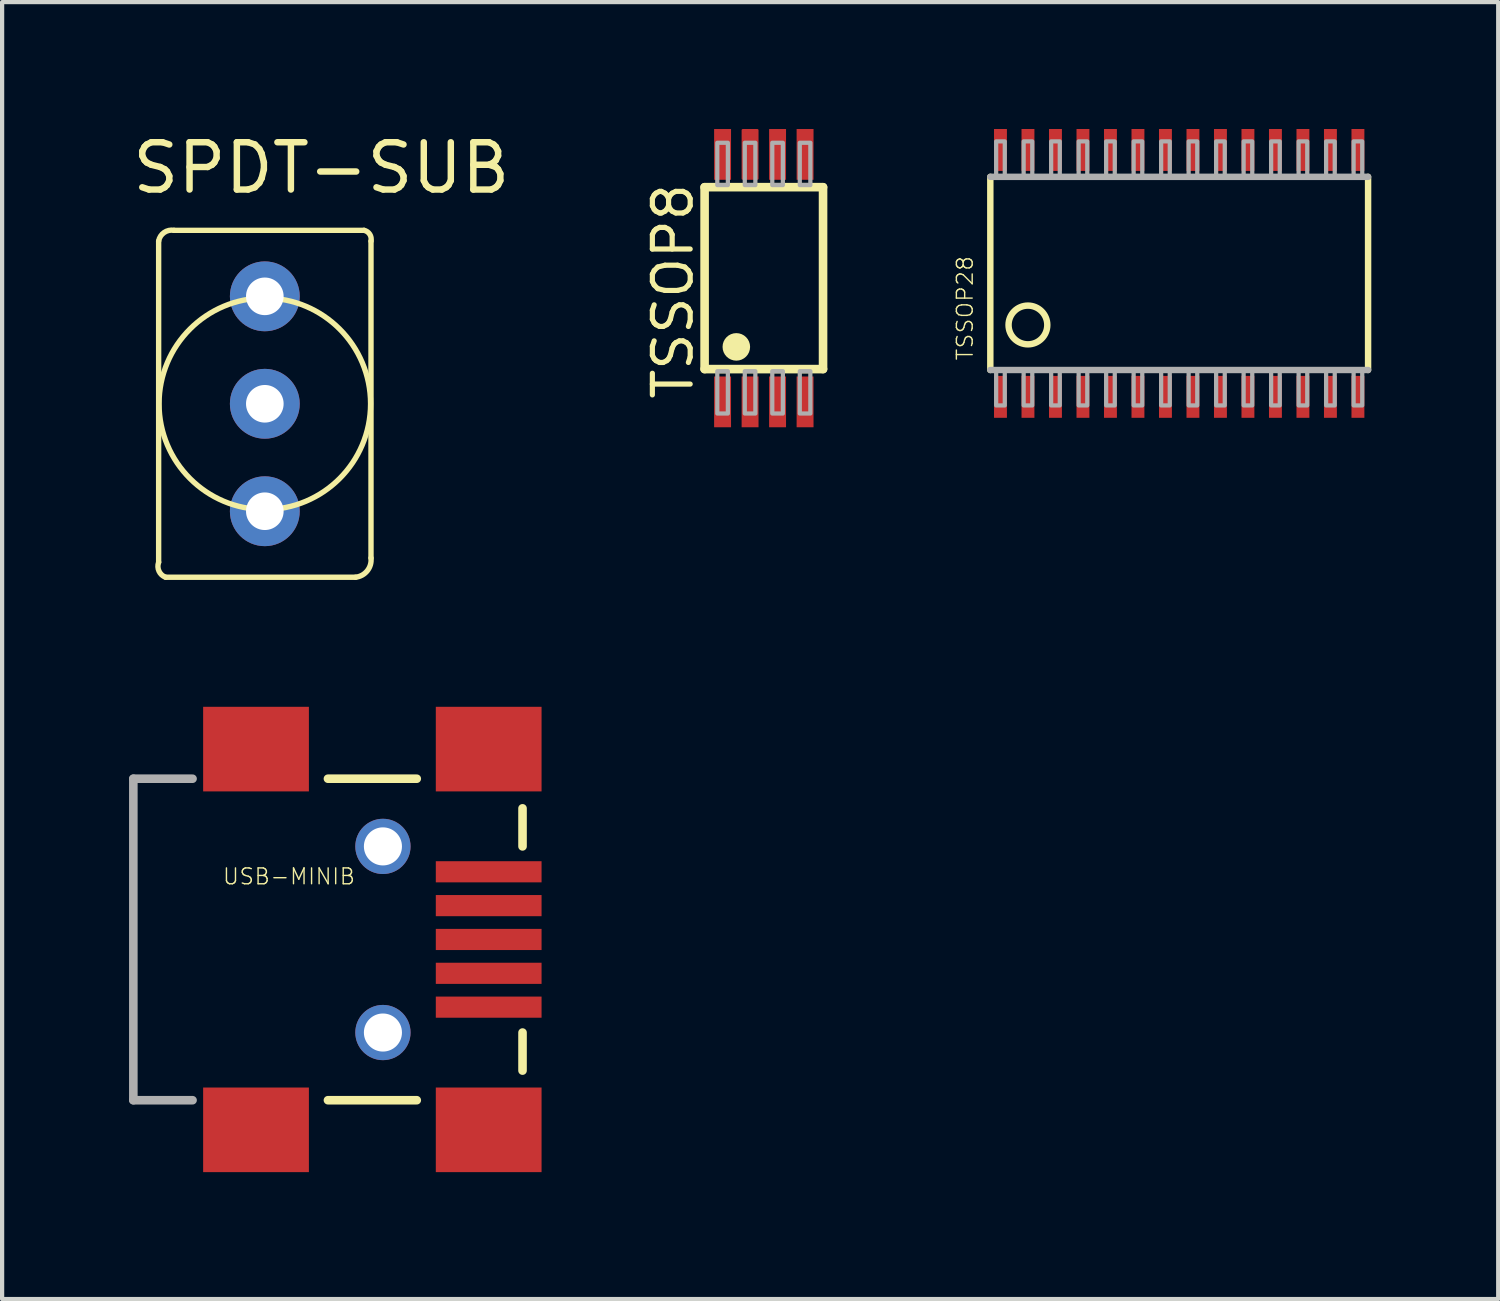
<source format=kicad_pcb>
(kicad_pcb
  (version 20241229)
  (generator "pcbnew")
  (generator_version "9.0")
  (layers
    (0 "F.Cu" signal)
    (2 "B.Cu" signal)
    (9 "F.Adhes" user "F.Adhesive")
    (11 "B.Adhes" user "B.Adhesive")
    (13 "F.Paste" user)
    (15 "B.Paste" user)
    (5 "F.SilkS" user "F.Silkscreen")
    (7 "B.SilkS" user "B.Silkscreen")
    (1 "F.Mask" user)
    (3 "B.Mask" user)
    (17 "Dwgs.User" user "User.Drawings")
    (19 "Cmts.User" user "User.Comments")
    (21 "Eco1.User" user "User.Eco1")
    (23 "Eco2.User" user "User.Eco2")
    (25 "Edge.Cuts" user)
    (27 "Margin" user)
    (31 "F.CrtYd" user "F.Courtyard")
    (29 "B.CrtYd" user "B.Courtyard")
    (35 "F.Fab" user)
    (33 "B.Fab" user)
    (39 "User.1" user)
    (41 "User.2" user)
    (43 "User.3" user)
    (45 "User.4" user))
  (footprint "USB-MINIB"
    (layer "F.Cu")
    (at 6.002 19.158)
    (property "Reference" "USB-MINIB" (at -3.81 -1.27 0) (unlocked yes) (layer "F.SilkS") (effects (font (size 0.374 0.374) (thickness 0.033)) (justify left bottom)))
    (fp_line (start -1.3 -3.8) (end 0.8 -3.8) (stroke (width 0.203) (type solid)) (layer "F.SilkS"))
    (fp_line (start 0.8 3.8) (end -1.3 3.8) (stroke (width 0.203) (type solid)) (layer "F.SilkS"))
    (fp_line (start 3.3 -3.1) (end 3.3 -2.2) (stroke (width 0.203) (type solid)) (layer "F.SilkS"))
    (fp_line (start 3.3 2.2) (end 3.3 3.1) (stroke (width 0.203) (type solid)) (layer "F.SilkS"))
    (fp_line (start -5.9 -3.8) (end -5.9 3.8) (stroke (width 0.203) (type solid)) (layer "F.Fab"))
    (fp_line (start -5.9 -3.8) (end -4.5 -3.8) (stroke (width 0.203) (type solid)) (layer "F.Fab"))
    (fp_line (start -5.9 3.8) (end -4.5 3.8) (stroke (width 0.203) (type solid)) (layer "F.Fab"))
    (pad "D+" smd rect (at 2.5 0) (size 2.5 0.5) (layers "F.Cu" "F.Mask" "F.Paste"))
    (pad "D-" smd rect (at 2.5 -0.8) (size 2.5 0.5) (layers "F.Cu" "F.Mask" "F.Paste"))
    (pad "GND" smd rect (at 2.5 1.6) (size 2.5 0.5) (layers "F.Cu" "F.Mask" "F.Paste"))
    (pad "ID" smd rect (at 2.5 0.8) (size 2.5 0.5) (layers "F.Cu" "F.Mask" "F.Paste"))
    (pad "MTN1" smd rect (at -3 -4.5) (size 2.5 2) (layers "F.Cu" "F.Mask" "F.Paste"))
    (pad "MTN2" smd rect (at 2.5 -4.5) (size 2.5 2) (layers "F.Cu" "F.Mask" "F.Paste"))
    (pad "MTN3" smd rect (at -3 4.5) (size 2.5 2) (layers "F.Cu" "F.Mask" "F.Paste"))
    (pad "MTN4" smd rect (at 2.5 4.5) (size 2.5 2) (layers "F.Cu" "F.Mask" "F.Paste"))
    (pad "P$1" thru_hole circle (at 0 -2.2) (size 1.306 1.306) (drill 0.9) (layers "*.Cu" "*.Mask"))
    (pad "P$2" thru_hole circle (at 0 2.2) (size 1.306 1.306) (drill 0.9) (layers "*.Cu" "*.Mask"))
    (pad "VBUS" smd rect (at 2.5 -1.6) (size 2.5 0.5) (layers "F.Cu" "F.Mask" "F.Paste")))
  (footprint "TSSOP8"
    (layer "F.Cu")
    (at 15.006 3.525)
    (property "Reference" "TSSOP8" (at -1.625 2.925 90) (unlocked yes) (layer "F.SilkS") (effects (font (size 0.894 0.894) (thickness 0.122)) (justify left bottom)))
    (fp_line (start -1.4 -2.15) (end -1.4 2.15) (stroke (width 0.203) (type solid)) (layer "F.SilkS"))
    (fp_line (start -1.4 2.15) (end 1.4 2.15) (stroke (width 0.203) (type solid)) (layer "F.SilkS"))
    (fp_line (start 1.4 -2.15) (end -1.4 -2.15) (stroke (width 0.203) (type solid)) (layer "F.SilkS"))
    (fp_line (start 1.4 2.15) (end 1.4 -2.15) (stroke (width 0.203) (type solid)) (layer "F.SilkS"))
    (fp_circle (center -0.65 1.625) (end -0.487 1.625) (stroke (width 0.325) (type solid)) (fill yes) (layer "F.SilkS"))
    (fp_poly (pts (xy -1.1 -2.2) (xy -0.85 -2.2) (xy -0.85 -3.2) (xy -1.1 -3.2)) (stroke (width 0.1) (type default)) (fill no) (layer "F.Fab"))
    (fp_poly (pts (xy -1.1 3.2) (xy -0.85 3.2) (xy -0.85 2.2) (xy -1.1 2.2)) (stroke (width 0.1) (type default)) (fill no) (layer "F.Fab"))
    (fp_poly (pts (xy -0.45 -2.2) (xy -0.2 -2.2) (xy -0.2 -3.2) (xy -0.45 -3.2)) (stroke (width 0.1) (type default)) (fill no) (layer "F.Fab"))
    (fp_poly (pts (xy -0.45 3.2) (xy -0.2 3.2) (xy -0.2 2.2) (xy -0.45 2.2)) (stroke (width 0.1) (type default)) (fill no) (layer "F.Fab"))
    (fp_poly (pts (xy 0.2 -2.2) (xy 0.45 -2.2) (xy 0.45 -3.2) (xy 0.2 -3.2)) (stroke (width 0.1) (type default)) (fill no) (layer "F.Fab"))
    (fp_poly (pts (xy 0.2 3.2) (xy 0.45 3.2) (xy 0.45 2.2) (xy 0.2 2.2)) (stroke (width 0.1) (type default)) (fill no) (layer "F.Fab"))
    (fp_poly (pts (xy 0.85 -2.2) (xy 1.1 -2.2) (xy 1.1 -3.2) (xy 0.85 -3.2)) (stroke (width 0.1) (type default)) (fill no) (layer "F.Fab"))
    (fp_poly (pts (xy 0.85 3.2) (xy 1.1 3.2) (xy 1.1 2.2) (xy 0.85 2.2)) (stroke (width 0.1) (type default)) (fill no) (layer "F.Fab"))
    (pad "1" smd rect (at -0.975 2.925) (size 0.4 1.2) (layers "F.Cu" "F.Mask" "F.Paste"))
    (pad "2" smd rect (at -0.325 2.925) (size 0.4 1.2) (layers "F.Cu" "F.Mask" "F.Paste"))
    (pad "3" smd rect (at 0.325 2.925) (size 0.4 1.2) (layers "F.Cu" "F.Mask" "F.Paste"))
    (pad "4" smd rect (at 0.975 2.925) (size 0.4 1.2) (layers "F.Cu" "F.Mask" "F.Paste"))
    (pad "5" smd rect (at 0.975 -2.925) (size 0.4 1.2) (layers "F.Cu" "F.Mask" "F.Paste"))
    (pad "6" smd rect (at 0.325 -2.925) (size 0.4 1.2) (layers "F.Cu" "F.Mask" "F.Paste"))
    (pad "7" smd roundrect (at -0.325 -2.925) (size 0.4 1.2) (layers "F.Cu" "F.Mask" "F.Paste") (roundrect_rratio 0.07))
    (pad "8" smd rect (at -0.975 -2.925) (size 0.4 1.2) (layers "F.Cu" "F.Mask" "F.Paste")))
  (footprint "SPDT-SUB"
    (layer "F.Cu")
    (at 3.21 6.495)
    (property "Reference" "SPDT-SUB" (at -3.21 -4.92 0) (unlocked yes) (layer "F.SilkS") (effects (font (size 1.118 1.118) (thickness 0.152)) (justify left bottom)))
    (fp_line (start -2.51 3.746) (end -2.51 -3.846) (stroke (width 0.127) (type solid)) (layer "F.SilkS"))
    (fp_line (start -2.146 -4.1) (end 2.346 -4.1) (stroke (width 0.127) (type solid)) (layer "F.SilkS"))
    (fp_line (start 2.146 4.1) (end -2.346 4.1) (stroke (width 0.127) (type solid)) (layer "F.SilkS"))
    (fp_line (start 2.51 -3.846) (end 2.51 3.646) (stroke (width 0.127) (type solid)) (layer "F.SilkS"))
    (fp_arc (start -2.51 -3.846) (mid -2.380625 -4.048417) (end -2.145999 -4.100001) (stroke (width 0.127) (type solid)) (layer "F.SilkS"))
    (fp_arc (start -2.346 4.1) (mid -2.501345 3.956979) (end -2.51 3.746) (stroke (width 0.127) (type solid)) (layer "F.SilkS"))
    (fp_arc (start 2.346 -4.1) (mid 2.480605 -4.006966) (end 2.51 -3.846) (stroke (width 0.127) (type solid)) (layer "F.SilkS"))
    (fp_arc (start 2.51 3.646) (mid 2.422026 3.948387) (end 2.146 4.1) (stroke (width 0.127) (type solid)) (layer "F.SilkS"))
    (fp_circle (center 0 0) (end 2.5 0) (stroke (width 0.127) (type solid)) (fill no) (layer "F.SilkS"))
    (pad "P$1" thru_hole circle (at 0 -2.54) (size 1.651 1.651) (drill 0.889) (layers "*.Cu" "*.Mask"))
    (pad "P$2" thru_hole circle (at 0 0) (size 1.651 1.651) (drill 0.889) (layers "*.Cu" "*.Mask"))
    (pad "P$3" thru_hole circle (at 0 2.54) (size 1.651 1.651) (drill 0.889) (layers "*.Cu" "*.Mask")))
  (footprint "TSSOP28"
    (layer "F.Cu")
    (at 24.825 3.413)
    (property "Reference" "TSSOP28" (at -4.846 2.083 90) (unlocked yes) (layer "F.SilkS") (effects (font (size 0.374 0.374) (thickness 0.033)) (justify left bottom)))
    (fp_line (start -4.465 2.283) (end -4.465 -2.283) (stroke (width 0.152) (type solid)) (layer "F.SilkS"))
    (fp_line (start 4.465 -2.283) (end 4.465 2.283) (stroke (width 0.152) (type solid)) (layer "F.SilkS"))
    (fp_circle (center -3.576 1.219) (end -3.118 1.219) (stroke (width 0.152) (type solid)) (fill no) (layer "F.SilkS"))
    (fp_line (start -4.465 2.283) (end 4.465 2.283) (stroke (width 0.152) (type solid)) (layer "F.Fab"))
    (fp_line (start 4.465 -2.283) (end -4.465 -2.283) (stroke (width 0.152) (type solid)) (layer "F.Fab"))
    (fp_poly (pts (xy -4.327 -2.283) (xy -4.123 -2.283) (xy -4.123 -3.121) (xy -4.327 -3.121)) (stroke (width 0.1) (type default)) (fill no) (layer "F.Fab"))
    (fp_poly (pts (xy -4.327 3.121) (xy -4.123 3.121) (xy -4.123 2.283) (xy -4.327 2.283)) (stroke (width 0.1) (type default)) (fill no) (layer "F.Fab"))
    (fp_poly (pts (xy -3.677 -2.283) (xy -3.473 -2.283) (xy -3.473 -3.121) (xy -3.677 -3.121)) (stroke (width 0.1) (type default)) (fill no) (layer "F.Fab"))
    (fp_poly (pts (xy -3.677 3.121) (xy -3.473 3.121) (xy -3.473 2.283) (xy -3.677 2.283)) (stroke (width 0.1) (type default)) (fill no) (layer "F.Fab"))
    (fp_poly (pts (xy -3.027 -2.283) (xy -2.823 -2.283) (xy -2.823 -3.121) (xy -3.027 -3.121)) (stroke (width 0.1) (type default)) (fill no) (layer "F.Fab"))
    (fp_poly (pts (xy -3.027 3.121) (xy -2.823 3.121) (xy -2.823 2.283) (xy -3.027 2.283)) (stroke (width 0.1) (type default)) (fill no) (layer "F.Fab"))
    (fp_poly (pts (xy -2.377 -2.283) (xy -2.173 -2.283) (xy -2.173 -3.121) (xy -2.377 -3.121)) (stroke (width 0.1) (type default)) (fill no) (layer "F.Fab"))
    (fp_poly (pts (xy -2.377 3.121) (xy -2.173 3.121) (xy -2.173 2.283) (xy -2.377 2.283)) (stroke (width 0.1) (type default)) (fill no) (layer "F.Fab"))
    (fp_poly (pts (xy -1.727 -2.283) (xy -1.523 -2.283) (xy -1.523 -3.121) (xy -1.727 -3.121)) (stroke (width 0.1) (type default)) (fill no) (layer "F.Fab"))
    (fp_poly (pts (xy -1.727 3.121) (xy -1.523 3.121) (xy -1.523 2.283) (xy -1.727 2.283)) (stroke (width 0.1) (type default)) (fill no) (layer "F.Fab"))
    (fp_poly (pts (xy -1.077 -2.283) (xy -0.873 -2.283) (xy -0.873 -3.121) (xy -1.077 -3.121)) (stroke (width 0.1) (type default)) (fill no) (layer "F.Fab"))
    (fp_poly (pts (xy -1.077 3.121) (xy -0.873 3.121) (xy -0.873 2.283) (xy -1.077 2.283)) (stroke (width 0.1) (type default)) (fill no) (layer "F.Fab"))
    (fp_poly (pts (xy -0.427 -2.283) (xy -0.223 -2.283) (xy -0.223 -3.121) (xy -0.427 -3.121)) (stroke (width 0.1) (type default)) (fill no) (layer "F.Fab"))
    (fp_poly (pts (xy -0.427 3.121) (xy -0.223 3.121) (xy -0.223 2.283) (xy -0.427 2.283)) (stroke (width 0.1) (type default)) (fill no) (layer "F.Fab"))
    (fp_poly (pts (xy 0.223 -2.283) (xy 0.427 -2.283) (xy 0.427 -3.121) (xy 0.223 -3.121)) (stroke (width 0.1) (type default)) (fill no) (layer "F.Fab"))
    (fp_poly (pts (xy 0.223 3.121) (xy 0.427 3.121) (xy 0.427 2.283) (xy 0.223 2.283)) (stroke (width 0.1) (type default)) (fill no) (layer "F.Fab"))
    (fp_poly (pts (xy 0.873 -2.283) (xy 1.077 -2.283) (xy 1.077 -3.121) (xy 0.873 -3.121)) (stroke (width 0.1) (type default)) (fill no) (layer "F.Fab"))
    (fp_poly (pts (xy 0.873 3.121) (xy 1.077 3.121) (xy 1.077 2.283) (xy 0.873 2.283)) (stroke (width 0.1) (type default)) (fill no) (layer "F.Fab"))
    (fp_poly (pts (xy 1.523 -2.283) (xy 1.727 -2.283) (xy 1.727 -3.121) (xy 1.523 -3.121)) (stroke (width 0.1) (type default)) (fill no) (layer "F.Fab"))
    (fp_poly (pts (xy 1.523 3.121) (xy 1.727 3.121) (xy 1.727 2.283) (xy 1.523 2.283)) (stroke (width 0.1) (type default)) (fill no) (layer "F.Fab"))
    (fp_poly (pts (xy 2.173 -2.283) (xy 2.377 -2.283) (xy 2.377 -3.121) (xy 2.173 -3.121)) (stroke (width 0.1) (type default)) (fill no) (layer "F.Fab"))
    (fp_poly (pts (xy 2.173 3.121) (xy 2.377 3.121) (xy 2.377 2.283) (xy 2.173 2.283)) (stroke (width 0.1) (type default)) (fill no) (layer "F.Fab"))
    (fp_poly (pts (xy 2.823 -2.283) (xy 3.027 -2.283) (xy 3.027 -3.121) (xy 2.823 -3.121)) (stroke (width 0.1) (type default)) (fill no) (layer "F.Fab"))
    (fp_poly (pts (xy 2.823 3.121) (xy 3.027 3.121) (xy 3.027 2.283) (xy 2.823 2.283)) (stroke (width 0.1) (type default)) (fill no) (layer "F.Fab"))
    (fp_poly (pts (xy 3.473 -2.283) (xy 3.677 -2.283) (xy 3.677 -3.121) (xy 3.473 -3.121)) (stroke (width 0.1) (type default)) (fill no) (layer "F.Fab"))
    (fp_poly (pts (xy 3.473 3.121) (xy 3.677 3.121) (xy 3.677 2.283) (xy 3.473 2.283)) (stroke (width 0.1) (type default)) (fill no) (layer "F.Fab"))
    (fp_poly (pts (xy 4.123 -2.283) (xy 4.327 -2.283) (xy 4.327 -3.121) (xy 4.123 -3.121)) (stroke (width 0.1) (type default)) (fill no) (layer "F.Fab"))
    (fp_poly (pts (xy 4.123 3.121) (xy 4.327 3.121) (xy 4.327 2.283) (xy 4.123 2.283)) (stroke (width 0.1) (type default)) (fill no) (layer "F.Fab"))
    (pad "1" smd rect (at -4.225 2.918) (size 0.305 0.991) (layers "F.Cu" "F.Mask" "F.Paste"))
    (pad "2" smd rect (at -3.575 2.918) (size 0.305 0.991) (layers "F.Cu" "F.Mask" "F.Paste"))
    (pad "3" smd rect (at -2.925 2.918) (size 0.305 0.991) (layers "F.Cu" "F.Mask" "F.Paste"))
    (pad "4" smd rect (at -2.275 2.918) (size 0.305 0.991) (layers "F.Cu" "F.Mask" "F.Paste"))
    (pad "5" smd rect (at -1.625 2.918) (size 0.305 0.991) (layers "F.Cu" "F.Mask" "F.Paste"))
    (pad "6" smd rect (at -0.975 2.918) (size 0.305 0.991) (layers "F.Cu" "F.Mask" "F.Paste"))
    (pad "7" smd rect (at -0.325 2.918) (size 0.305 0.991) (layers "F.Cu" "F.Mask" "F.Paste"))
    (pad "8" smd rect (at 0.325 2.918) (size 0.305 0.991) (layers "F.Cu" "F.Mask" "F.Paste"))
    (pad "9" smd rect (at 0.975 2.918) (size 0.305 0.991) (layers "F.Cu" "F.Mask" "F.Paste"))
    (pad "10" smd rect (at 1.625 2.918) (size 0.305 0.991) (layers "F.Cu" "F.Mask" "F.Paste"))
    (pad "11" smd rect (at 2.275 2.918) (size 0.305 0.991) (layers "F.Cu" "F.Mask" "F.Paste"))
    (pad "12" smd rect (at 2.925 2.918) (size 0.305 0.991) (layers "F.Cu" "F.Mask" "F.Paste"))
    (pad "13" smd rect (at 3.575 2.918) (size 0.305 0.991) (layers "F.Cu" "F.Mask" "F.Paste"))
    (pad "14" smd rect (at 4.225 2.918) (size 0.305 0.991) (layers "F.Cu" "F.Mask" "F.Paste"))
    (pad "15" smd rect (at 4.225 -2.918) (size 0.305 0.991) (layers "F.Cu" "F.Mask" "F.Paste"))
    (pad "16" smd rect (at 3.575 -2.918) (size 0.305 0.991) (layers "F.Cu" "F.Mask" "F.Paste"))
    (pad "17" smd rect (at 2.925 -2.918) (size 0.305 0.991) (layers "F.Cu" "F.Mask" "F.Paste"))
    (pad "18" smd rect (at 2.275 -2.918) (size 0.305 0.991) (layers "F.Cu" "F.Mask" "F.Paste"))
    (pad "19" smd rect (at 1.625 -2.918) (size 0.305 0.991) (layers "F.Cu" "F.Mask" "F.Paste"))
    (pad "20" smd rect (at 0.975 -2.918) (size 0.305 0.991) (layers "F.Cu" "F.Mask" "F.Paste"))
    (pad "21" smd rect (at 0.325 -2.918) (size 0.305 0.991) (layers "F.Cu" "F.Mask" "F.Paste"))
    (pad "22" smd rect (at -0.325 -2.918) (size 0.305 0.991) (layers "F.Cu" "F.Mask" "F.Paste"))
    (pad "23" smd rect (at -0.975 -2.918) (size 0.305 0.991) (layers "F.Cu" "F.Mask" "F.Paste"))
    (pad "24" smd rect (at -1.625 -2.918) (size 0.305 0.991) (layers "F.Cu" "F.Mask" "F.Paste"))
    (pad "25" smd rect (at -2.275 -2.918) (size 0.305 0.991) (layers "F.Cu" "F.Mask" "F.Paste"))
    (pad "26" smd rect (at -2.925 -2.918) (size 0.305 0.991) (layers "F.Cu" "F.Mask" "F.Paste"))
    (pad "27" smd rect (at -3.575 -2.918) (size 0.305 0.991) (layers "F.Cu" "F.Mask" "F.Paste"))
    (pad "28" smd rect (at -4.225 -2.918) (size 0.305 0.991) (layers "F.Cu" "F.Mask" "F.Paste")))
  (gr_rect
    (start -3 -3)
    (end 32.366 27.658)
    (stroke (width 0.1) (type default))
    (fill no)
    (layer "Edge.Cuts")))
</source>
